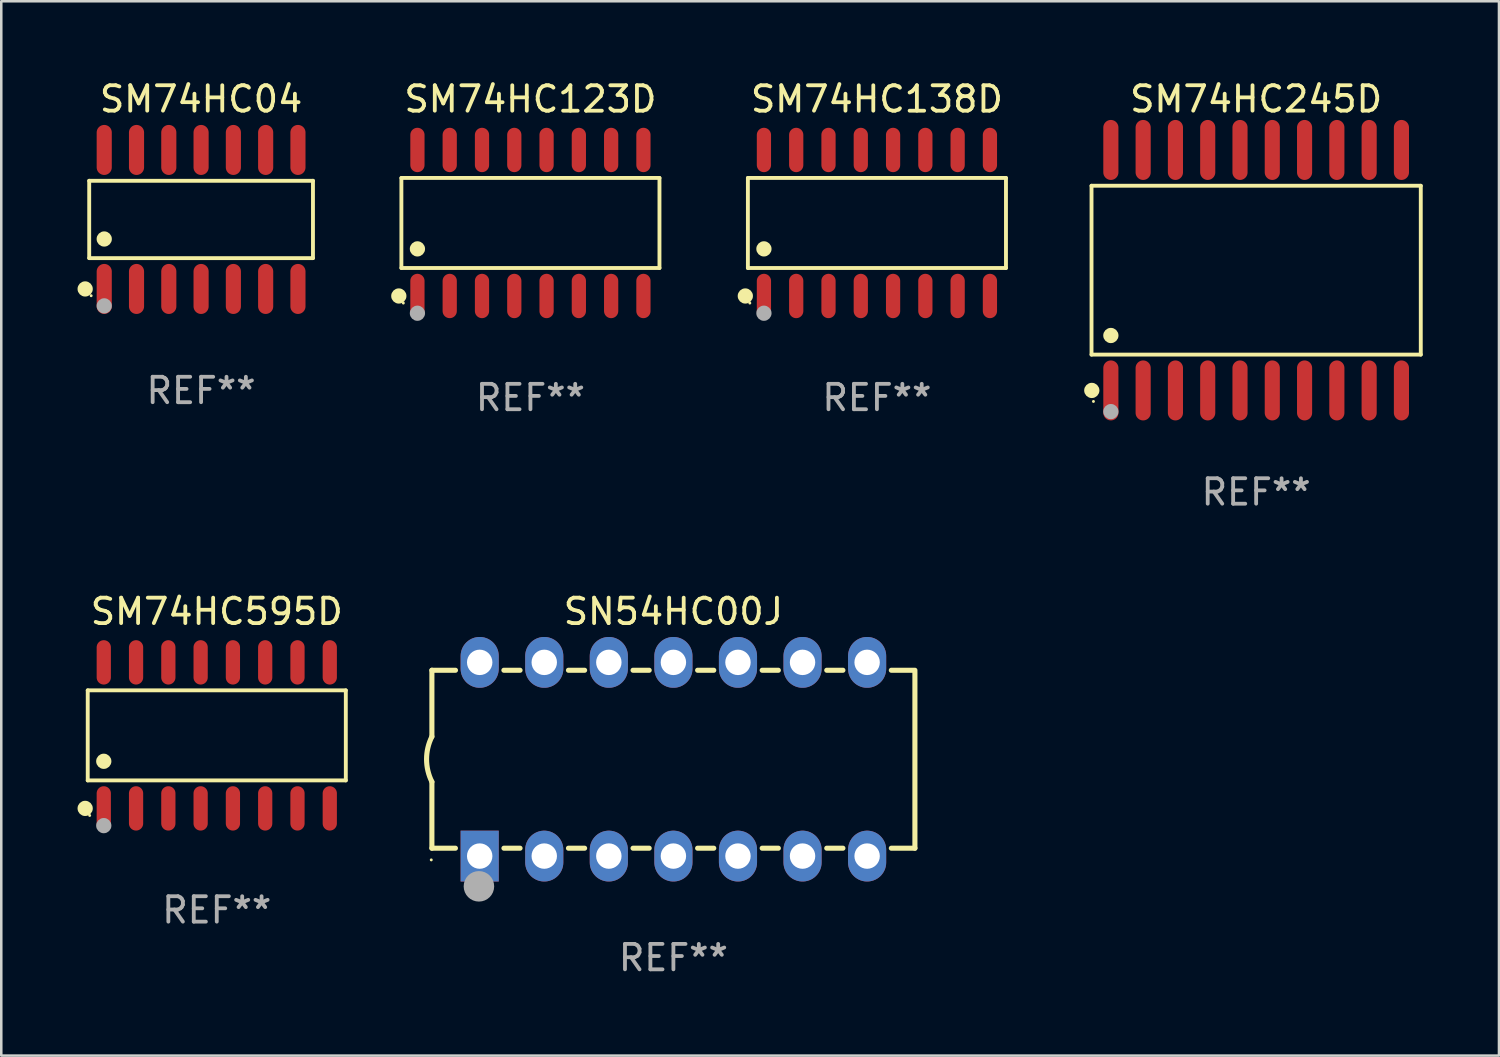
<source format=kicad_pcb>
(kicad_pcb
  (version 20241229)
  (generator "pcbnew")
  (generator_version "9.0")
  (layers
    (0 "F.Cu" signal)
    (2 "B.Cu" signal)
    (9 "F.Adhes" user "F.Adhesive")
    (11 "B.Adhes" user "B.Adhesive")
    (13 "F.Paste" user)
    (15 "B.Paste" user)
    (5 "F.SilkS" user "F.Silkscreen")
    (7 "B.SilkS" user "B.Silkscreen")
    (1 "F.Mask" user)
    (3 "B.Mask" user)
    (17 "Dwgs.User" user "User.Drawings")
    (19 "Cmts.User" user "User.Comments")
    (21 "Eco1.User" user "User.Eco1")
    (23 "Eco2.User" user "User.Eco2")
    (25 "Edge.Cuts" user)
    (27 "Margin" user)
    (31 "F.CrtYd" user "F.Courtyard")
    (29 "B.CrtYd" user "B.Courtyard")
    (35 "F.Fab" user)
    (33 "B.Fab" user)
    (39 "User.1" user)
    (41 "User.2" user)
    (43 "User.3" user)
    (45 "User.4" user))
  (footprint "SM74HC123D"
    (layer "F.Cu")
    (at 17.815 5.721)
    (property "Reference" "SM74HC123D" (at 0 -4.872 0) (layer "F.SilkS") (effects (font (size 1 1) (thickness 0.15))))
    (attr through_hole)
    (fp_line (start -5.076 -1.771) (end 5.076 -1.771) (stroke (width 0.152) (type solid)) (layer "F.SilkS"))
    (fp_line (start -5.076 1.771) (end -5.076 -1.771) (stroke (width 0.152) (type solid)) (layer "F.SilkS"))
    (fp_line (start 5.076 -1.771) (end 5.076 1.771) (stroke (width 0.152) (type solid)) (layer "F.SilkS"))
    (fp_line (start 5.076 1.771) (end -5.076 1.771) (stroke (width 0.152) (type solid)) (layer "F.SilkS"))
    (fp_circle (center -5.177 2.872) (end -5.027 2.872) (stroke (width 0.3) (type solid)) (fill no) (layer "F.SilkS"))
    (fp_circle (center -5 3.15) (end -4.97 3.15) (stroke (width 0.06) (type solid)) (fill no) (layer "F.SilkS"))
    (fp_circle (center -4.445 1.019) (end -4.295 1.019) (stroke (width 0.3) (type solid)) (fill no) (layer "F.SilkS"))
    (fp_circle (center -4.445 3.55) (end -4.295 3.55) (stroke (width 0.3) (type solid)) (fill no) (layer "F.Fab"))
    (fp_text user "REF**" (at 0 6.872 0) (layer "F.Fab") (effects (font (size 1 1) (thickness 0.15))))
    (pad "1" smd oval (at -4.445 2.872) (size 0.56 1.745) (layers "F.Cu" "F.Mask" "F.Paste"))
    (pad "2" smd oval (at -3.175 2.872) (size 0.56 1.745) (layers "F.Cu" "F.Mask" "F.Paste"))
    (pad "3" smd oval (at -1.905 2.872) (size 0.56 1.745) (layers "F.Cu" "F.Mask" "F.Paste"))
    (pad "4" smd oval (at -0.635 2.872) (size 0.56 1.745) (layers "F.Cu" "F.Mask" "F.Paste"))
    (pad "5" smd oval (at 0.635 2.872) (size 0.56 1.745) (layers "F.Cu" "F.Mask" "F.Paste"))
    (pad "6" smd oval (at 1.905 2.872) (size 0.56 1.745) (layers "F.Cu" "F.Mask" "F.Paste"))
    (pad "7" smd oval (at 3.175 2.872) (size 0.56 1.745) (layers "F.Cu" "F.Mask" "F.Paste"))
    (pad "8" smd oval (at 4.445 2.872) (size 0.56 1.745) (layers "F.Cu" "F.Mask" "F.Paste"))
    (pad "9" smd oval (at 4.445 -2.872) (size 0.56 1.745) (layers "F.Cu" "F.Mask" "F.Paste"))
    (pad "10" smd oval (at 3.175 -2.872) (size 0.56 1.745) (layers "F.Cu" "F.Mask" "F.Paste"))
    (pad "11" smd oval (at 1.905 -2.872) (size 0.56 1.745) (layers "F.Cu" "F.Mask" "F.Paste"))
    (pad "12" smd oval (at 0.635 -2.872) (size 0.56 1.745) (layers "F.Cu" "F.Mask" "F.Paste"))
    (pad "13" smd oval (at -0.635 -2.872) (size 0.56 1.745) (layers "F.Cu" "F.Mask" "F.Paste"))
    (pad "14" smd oval (at -1.905 -2.872) (size 0.56 1.745) (layers "F.Cu" "F.Mask" "F.Paste"))
    (pad "15" smd oval (at -3.175 -2.872) (size 0.56 1.745) (layers "F.Cu" "F.Mask" "F.Paste"))
    (pad "16" smd oval (at -4.445 -2.872) (size 0.56 1.745) (layers "F.Cu" "F.Mask" "F.Paste")))
  (footprint "SM74HC04"
    (layer "F.Cu")
    (at 4.86 5.582)
    (property "Reference" "SM74HC04" (at 0 -4.734 0) (layer "F.SilkS") (effects (font (size 1 1) (thickness 0.15))))
    (attr through_hole)
    (fp_line (start -4.401 -1.521) (end 4.401 -1.521) (stroke (width 0.152) (type solid)) (layer "F.SilkS"))
    (fp_line (start -4.401 1.521) (end -4.401 -1.521) (stroke (width 0.152) (type solid)) (layer "F.SilkS"))
    (fp_line (start 4.401 -1.521) (end 4.401 1.521) (stroke (width 0.152) (type solid)) (layer "F.SilkS"))
    (fp_line (start 4.401 1.521) (end -4.401 1.521) (stroke (width 0.152) (type solid)) (layer "F.SilkS"))
    (fp_circle (center -4.56 2.734) (end -4.41 2.734) (stroke (width 0.3) (type solid)) (fill no) (layer "F.SilkS"))
    (fp_circle (center -4.325 3) (end -4.295 3) (stroke (width 0.06) (type solid)) (fill no) (layer "F.SilkS"))
    (fp_circle (center -3.81 0.769) (end -3.66 0.769) (stroke (width 0.3) (type solid)) (fill no) (layer "F.SilkS"))
    (fp_circle (center -3.81 3.4) (end -3.66 3.4) (stroke (width 0.3) (type solid)) (fill no) (layer "F.Fab"))
    (fp_text user "REF**" (at 0 6.734 0) (layer "F.Fab") (effects (font (size 1 1) (thickness 0.15))))
    (pad "1" smd oval (at -3.81 2.734) (size 0.595 1.968) (layers "F.Cu" "F.Mask" "F.Paste"))
    (pad "2" smd oval (at -2.54 2.734) (size 0.595 1.968) (layers "F.Cu" "F.Mask" "F.Paste"))
    (pad "3" smd oval (at -1.27 2.734) (size 0.595 1.968) (layers "F.Cu" "F.Mask" "F.Paste"))
    (pad "4" smd oval (at 0 2.734) (size 0.595 1.968) (layers "F.Cu" "F.Mask" "F.Paste"))
    (pad "5" smd oval (at 1.27 2.734) (size 0.595 1.968) (layers "F.Cu" "F.Mask" "F.Paste"))
    (pad "6" smd oval (at 2.54 2.734) (size 0.595 1.968) (layers "F.Cu" "F.Mask" "F.Paste"))
    (pad "7" smd oval (at 3.81 2.734) (size 0.595 1.968) (layers "F.Cu" "F.Mask" "F.Paste"))
    (pad "8" smd oval (at 3.81 -2.734) (size 0.595 1.968) (layers "F.Cu" "F.Mask" "F.Paste"))
    (pad "9" smd oval (at 2.54 -2.734) (size 0.595 1.968) (layers "F.Cu" "F.Mask" "F.Paste"))
    (pad "10" smd oval (at 1.27 -2.734) (size 0.595 1.968) (layers "F.Cu" "F.Mask" "F.Paste"))
    (pad "11" smd oval (at 0 -2.734) (size 0.595 1.968) (layers "F.Cu" "F.Mask" "F.Paste"))
    (pad "12" smd oval (at -1.27 -2.734) (size 0.595 1.968) (layers "F.Cu" "F.Mask" "F.Paste"))
    (pad "13" smd oval (at -2.54 -2.734) (size 0.595 1.968) (layers "F.Cu" "F.Mask" "F.Paste"))
    (pad "14" smd oval (at -3.81 -2.734) (size 0.595 1.968) (layers "F.Cu" "F.Mask" "F.Paste")))
  (footprint "SM74HC138D"
    (layer "F.Cu")
    (at 31.445 5.721)
    (property "Reference" "SM74HC138D" (at 0 -4.872 0) (layer "F.SilkS") (effects (font (size 1 1) (thickness 0.15))))
    (attr through_hole)
    (fp_line (start -5.076 -1.771) (end 5.076 -1.771) (stroke (width 0.152) (type solid)) (layer "F.SilkS"))
    (fp_line (start -5.076 1.771) (end -5.076 -1.771) (stroke (width 0.152) (type solid)) (layer "F.SilkS"))
    (fp_line (start 5.076 -1.771) (end 5.076 1.771) (stroke (width 0.152) (type solid)) (layer "F.SilkS"))
    (fp_line (start 5.076 1.771) (end -5.076 1.771) (stroke (width 0.152) (type solid)) (layer "F.SilkS"))
    (fp_circle (center -5.177 2.872) (end -5.027 2.872) (stroke (width 0.3) (type solid)) (fill no) (layer "F.SilkS"))
    (fp_circle (center -5 3.15) (end -4.97 3.15) (stroke (width 0.06) (type solid)) (fill no) (layer "F.SilkS"))
    (fp_circle (center -4.445 1.019) (end -4.295 1.019) (stroke (width 0.3) (type solid)) (fill no) (layer "F.SilkS"))
    (fp_circle (center -4.445 3.55) (end -4.295 3.55) (stroke (width 0.3) (type solid)) (fill no) (layer "F.Fab"))
    (fp_text user "REF**" (at 0 6.872 0) (layer "F.Fab") (effects (font (size 1 1) (thickness 0.15))))
    (pad "1" smd oval (at -4.445 2.872) (size 0.56 1.745) (layers "F.Cu" "F.Mask" "F.Paste"))
    (pad "2" smd oval (at -3.175 2.872) (size 0.56 1.745) (layers "F.Cu" "F.Mask" "F.Paste"))
    (pad "3" smd oval (at -1.905 2.872) (size 0.56 1.745) (layers "F.Cu" "F.Mask" "F.Paste"))
    (pad "4" smd oval (at -0.635 2.872) (size 0.56 1.745) (layers "F.Cu" "F.Mask" "F.Paste"))
    (pad "5" smd oval (at 0.635 2.872) (size 0.56 1.745) (layers "F.Cu" "F.Mask" "F.Paste"))
    (pad "6" smd oval (at 1.905 2.872) (size 0.56 1.745) (layers "F.Cu" "F.Mask" "F.Paste"))
    (pad "7" smd oval (at 3.175 2.872) (size 0.56 1.745) (layers "F.Cu" "F.Mask" "F.Paste"))
    (pad "8" smd oval (at 4.445 2.872) (size 0.56 1.745) (layers "F.Cu" "F.Mask" "F.Paste"))
    (pad "9" smd oval (at 4.445 -2.872) (size 0.56 1.745) (layers "F.Cu" "F.Mask" "F.Paste"))
    (pad "10" smd oval (at 3.175 -2.872) (size 0.56 1.745) (layers "F.Cu" "F.Mask" "F.Paste"))
    (pad "11" smd oval (at 1.905 -2.872) (size 0.56 1.745) (layers "F.Cu" "F.Mask" "F.Paste"))
    (pad "12" smd oval (at 0.635 -2.872) (size 0.56 1.745) (layers "F.Cu" "F.Mask" "F.Paste"))
    (pad "13" smd oval (at -0.635 -2.872) (size 0.56 1.745) (layers "F.Cu" "F.Mask" "F.Paste"))
    (pad "14" smd oval (at -1.905 -2.872) (size 0.56 1.745) (layers "F.Cu" "F.Mask" "F.Paste"))
    (pad "15" smd oval (at -3.175 -2.872) (size 0.56 1.745) (layers "F.Cu" "F.Mask" "F.Paste"))
    (pad "16" smd oval (at -4.445 -2.872) (size 0.56 1.745) (layers "F.Cu" "F.Mask" "F.Paste")))
  (footprint "SM74HC245D"
    (layer "F.Cu")
    (at 46.362 7.578)
    (property "Reference" "SM74HC245D" (at 0 -6.73 0) (layer "F.SilkS") (effects (font (size 1 1) (thickness 0.15))))
    (attr through_hole)
    (fp_line (start -6.476 -3.321) (end 6.476 -3.321) (stroke (width 0.152) (type solid)) (layer "F.SilkS"))
    (fp_line (start -6.476 3.321) (end -6.476 -3.321) (stroke (width 0.152) (type solid)) (layer "F.SilkS"))
    (fp_line (start 6.476 -3.321) (end 6.476 3.321) (stroke (width 0.152) (type solid)) (layer "F.SilkS"))
    (fp_line (start 6.476 3.321) (end -6.476 3.321) (stroke (width 0.152) (type solid)) (layer "F.SilkS"))
    (fp_circle (center -6.465 4.73) (end -6.315 4.73) (stroke (width 0.3) (type solid)) (fill no) (layer "F.SilkS"))
    (fp_circle (center -6.4 5.163) (end -6.37 5.163) (stroke (width 0.06) (type solid)) (fill no) (layer "F.SilkS"))
    (fp_circle (center -5.715 2.569) (end -5.565 2.569) (stroke (width 0.3) (type solid)) (fill no) (layer "F.SilkS"))
    (fp_circle (center -5.715 5.563) (end -5.565 5.563) (stroke (width 0.3) (type solid)) (fill no) (layer "F.Fab"))
    (fp_text user "REF**" (at 0 8.73 0) (layer "F.Fab") (effects (font (size 1 1) (thickness 0.15))))
    (pad "1" smd oval (at -5.715 4.73) (size 0.595 2.36) (layers "F.Cu" "F.Mask" "F.Paste"))
    (pad "2" smd oval (at -4.445 4.73) (size 0.595 2.36) (layers "F.Cu" "F.Mask" "F.Paste"))
    (pad "3" smd oval (at -3.175 4.73) (size 0.595 2.36) (layers "F.Cu" "F.Mask" "F.Paste"))
    (pad "4" smd oval (at -1.905 4.73) (size 0.595 2.36) (layers "F.Cu" "F.Mask" "F.Paste"))
    (pad "5" smd oval (at -0.635 4.73) (size 0.595 2.36) (layers "F.Cu" "F.Mask" "F.Paste"))
    (pad "6" smd oval (at 0.635 4.73) (size 0.595 2.36) (layers "F.Cu" "F.Mask" "F.Paste"))
    (pad "7" smd oval (at 1.905 4.73) (size 0.595 2.36) (layers "F.Cu" "F.Mask" "F.Paste"))
    (pad "8" smd oval (at 3.175 4.73) (size 0.595 2.36) (layers "F.Cu" "F.Mask" "F.Paste"))
    (pad "9" smd oval (at 4.445 4.73) (size 0.595 2.36) (layers "F.Cu" "F.Mask" "F.Paste"))
    (pad "10" smd oval (at 5.715 4.73) (size 0.595 2.36) (layers "F.Cu" "F.Mask" "F.Paste"))
    (pad "11" smd oval (at 5.715 -4.73) (size 0.595 2.36) (layers "F.Cu" "F.Mask" "F.Paste"))
    (pad "12" smd oval (at 4.445 -4.73) (size 0.595 2.36) (layers "F.Cu" "F.Mask" "F.Paste"))
    (pad "13" smd oval (at 3.175 -4.73) (size 0.595 2.36) (layers "F.Cu" "F.Mask" "F.Paste"))
    (pad "14" smd oval (at 1.905 -4.73) (size 0.595 2.36) (layers "F.Cu" "F.Mask" "F.Paste"))
    (pad "15" smd oval (at 0.635 -4.73) (size 0.595 2.36) (layers "F.Cu" "F.Mask" "F.Paste"))
    (pad "16" smd oval (at -0.635 -4.73) (size 0.595 2.36) (layers "F.Cu" "F.Mask" "F.Paste"))
    (pad "17" smd oval (at -1.905 -4.73) (size 0.595 2.36) (layers "F.Cu" "F.Mask" "F.Paste"))
    (pad "18" smd oval (at -3.175 -4.73) (size 0.595 2.36) (layers "F.Cu" "F.Mask" "F.Paste"))
    (pad "19" smd oval (at -4.445 -4.73) (size 0.595 2.36) (layers "F.Cu" "F.Mask" "F.Paste"))
    (pad "20" smd oval (at -5.715 -4.73) (size 0.595 2.36) (layers "F.Cu" "F.Mask" "F.Paste")))
  (footprint "SM74HC595D"
    (layer "F.Cu")
    (at 5.477 25.877)
    (property "Reference" "SM74HC595D" (at 0 -4.872 0) (layer "F.SilkS") (effects (font (size 1 1) (thickness 0.15))))
    (attr through_hole)
    (fp_line (start -5.076 -1.771) (end 5.076 -1.771) (stroke (width 0.152) (type solid)) (layer "F.SilkS"))
    (fp_line (start -5.076 1.771) (end -5.076 -1.771) (stroke (width 0.152) (type solid)) (layer "F.SilkS"))
    (fp_line (start 5.076 -1.771) (end 5.076 1.771) (stroke (width 0.152) (type solid)) (layer "F.SilkS"))
    (fp_line (start 5.076 1.771) (end -5.076 1.771) (stroke (width 0.152) (type solid)) (layer "F.SilkS"))
    (fp_circle (center -5.177 2.872) (end -5.027 2.872) (stroke (width 0.3) (type solid)) (fill no) (layer "F.SilkS"))
    (fp_circle (center -5 3.15) (end -4.97 3.15) (stroke (width 0.06) (type solid)) (fill no) (layer "F.SilkS"))
    (fp_circle (center -4.445 1.019) (end -4.295 1.019) (stroke (width 0.3) (type solid)) (fill no) (layer "F.SilkS"))
    (fp_circle (center -4.445 3.55) (end -4.295 3.55) (stroke (width 0.3) (type solid)) (fill no) (layer "F.Fab"))
    (fp_text user "REF**" (at 0 6.872 0) (layer "F.Fab") (effects (font (size 1 1) (thickness 0.15))))
    (pad "1" smd oval (at -4.445 2.872) (size 0.56 1.745) (layers "F.Cu" "F.Mask" "F.Paste"))
    (pad "2" smd oval (at -3.175 2.872) (size 0.56 1.745) (layers "F.Cu" "F.Mask" "F.Paste"))
    (pad "3" smd oval (at -1.905 2.872) (size 0.56 1.745) (layers "F.Cu" "F.Mask" "F.Paste"))
    (pad "4" smd oval (at -0.635 2.872) (size 0.56 1.745) (layers "F.Cu" "F.Mask" "F.Paste"))
    (pad "5" smd oval (at 0.635 2.872) (size 0.56 1.745) (layers "F.Cu" "F.Mask" "F.Paste"))
    (pad "6" smd oval (at 1.905 2.872) (size 0.56 1.745) (layers "F.Cu" "F.Mask" "F.Paste"))
    (pad "7" smd oval (at 3.175 2.872) (size 0.56 1.745) (layers "F.Cu" "F.Mask" "F.Paste"))
    (pad "8" smd oval (at 4.445 2.872) (size 0.56 1.745) (layers "F.Cu" "F.Mask" "F.Paste"))
    (pad "9" smd oval (at 4.445 -2.872) (size 0.56 1.745) (layers "F.Cu" "F.Mask" "F.Paste"))
    (pad "10" smd oval (at 3.175 -2.872) (size 0.56 1.745) (layers "F.Cu" "F.Mask" "F.Paste"))
    (pad "11" smd oval (at 1.905 -2.872) (size 0.56 1.745) (layers "F.Cu" "F.Mask" "F.Paste"))
    (pad "12" smd oval (at 0.635 -2.872) (size 0.56 1.745) (layers "F.Cu" "F.Mask" "F.Paste"))
    (pad "13" smd oval (at -0.635 -2.872) (size 0.56 1.745) (layers "F.Cu" "F.Mask" "F.Paste"))
    (pad "14" smd oval (at -1.905 -2.872) (size 0.56 1.745) (layers "F.Cu" "F.Mask" "F.Paste"))
    (pad "15" smd oval (at -3.175 -2.872) (size 0.56 1.745) (layers "F.Cu" "F.Mask" "F.Paste"))
    (pad "16" smd oval (at -4.445 -2.872) (size 0.56 1.745) (layers "F.Cu" "F.Mask" "F.Paste")))
  (footprint "SN54HC00J"
    (layer "F.Cu")
    (at 23.439 26.815)
    (property "Reference" "SN54HC00J" (at 0 -5.81 0) (layer "F.SilkS") (effects (font (size 1 1) (thickness 0.15))))
    (attr through_hole)
    (fp_line (start -9.5 -3.5) (end -9.5 -0.889) (stroke (width 0.2) (type solid)) (layer "F.SilkS"))
    (fp_line (start -9.5 -3.5) (end -8.572 -3.5) (stroke (width 0.2) (type solid)) (layer "F.SilkS"))
    (fp_line (start -9.5 3.5) (end -9.5 0.889) (stroke (width 0.2) (type solid)) (layer "F.SilkS"))
    (fp_line (start -9.5 3.5) (end -8.574 3.5) (stroke (width 0.2) (type solid)) (layer "F.SilkS"))
    (fp_line (start -6.668 -3.5) (end -6.032 -3.5) (stroke (width 0.2) (type solid)) (layer "F.SilkS"))
    (fp_line (start -6.666 3.5) (end -6.032 3.5) (stroke (width 0.2) (type solid)) (layer "F.SilkS"))
    (fp_line (start -4.128 -3.5) (end -3.492 -3.5) (stroke (width 0.2) (type solid)) (layer "F.SilkS"))
    (fp_line (start -4.128 3.5) (end -3.492 3.5) (stroke (width 0.2) (type solid)) (layer "F.SilkS"))
    (fp_line (start -1.588 -3.5) (end -0.952 -3.5) (stroke (width 0.2) (type solid)) (layer "F.SilkS"))
    (fp_line (start -1.588 3.5) (end -0.952 3.5) (stroke (width 0.2) (type solid)) (layer "F.SilkS"))
    (fp_line (start 0.952 -3.5) (end 1.588 -3.5) (stroke (width 0.2) (type solid)) (layer "F.SilkS"))
    (fp_line (start 0.952 3.5) (end 1.588 3.5) (stroke (width 0.2) (type solid)) (layer "F.SilkS"))
    (fp_line (start 3.492 -3.5) (end 4.128 -3.5) (stroke (width 0.2) (type solid)) (layer "F.SilkS"))
    (fp_line (start 3.492 3.5) (end 4.128 3.5) (stroke (width 0.2) (type solid)) (layer "F.SilkS"))
    (fp_line (start 6.032 -3.5) (end 6.668 -3.5) (stroke (width 0.2) (type solid)) (layer "F.SilkS"))
    (fp_line (start 6.032 3.5) (end 6.668 3.5) (stroke (width 0.2) (type solid)) (layer "F.SilkS"))
    (fp_line (start 8.572 -3.5) (end 9.5 -3.5) (stroke (width 0.2) (type solid)) (layer "F.SilkS"))
    (fp_line (start 8.572 3.5) (end 9.5 3.5) (stroke (width 0.2) (type solid)) (layer "F.SilkS"))
    (fp_line (start 9.5 3.5) (end 9.5 -3.429) (stroke (width 0.2) (type solid)) (layer "F.SilkS"))
    (fp_arc (start -9.499619 0.889001) (mid -9.709623 0.000047) (end -9.500025 -0.889002) (stroke (width 0.2) (type solid)) (layer "F.SilkS"))
    (fp_circle (center -9.525 3.96) (end -9.495 3.96) (stroke (width 0.06) (type solid)) (fill no) (layer "F.SilkS"))
    (fp_circle (center -7.65 5) (end -7.35 5) (stroke (width 0.6) (type solid)) (fill no) (layer "F.Fab"))
    (fp_text user "REF**" (at 0 7.81 0) (layer "F.Fab") (effects (font (size 1 1) (thickness 0.15))))
    (pad "1" thru_hole rect (at -7.62 3.81 90) (size 2 1.5) (drill 1) (layers "*.Cu" "*.Mask"))
    (pad "2" thru_hole oval (at -5.08 3.81 90) (size 2 1.5) (drill 1) (layers "*.Cu" "*.Mask"))
    (pad "3" thru_hole oval (at -2.54 3.81 90) (size 2 1.5) (drill 1) (layers "*.Cu" "*.Mask"))
    (pad "4" thru_hole oval (at 0 3.81 90) (size 2 1.5) (drill 1) (layers "*.Cu" "*.Mask"))
    (pad "5" thru_hole oval (at 2.54 3.81 90) (size 2 1.5) (drill 1) (layers "*.Cu" "*.Mask"))
    (pad "6" thru_hole oval (at 5.08 3.81 90) (size 2 1.5) (drill 1) (layers "*.Cu" "*.Mask"))
    (pad "7" thru_hole oval (at 7.62 3.81 90) (size 2 1.5) (drill 1) (layers "*.Cu" "*.Mask"))
    (pad "8" thru_hole oval (at 7.62 -3.81 90) (size 2 1.5) (drill 1) (layers "*.Cu" "*.Mask"))
    (pad "9" thru_hole oval (at 5.08 -3.81 90) (size 2 1.5) (drill 1) (layers "*.Cu" "*.Mask"))
    (pad "10" thru_hole oval (at 2.54 -3.81 90) (size 2 1.5) (drill 1) (layers "*.Cu" "*.Mask"))
    (pad "11" thru_hole oval (at 0 -3.81 90) (size 2 1.5) (drill 1) (layers "*.Cu" "*.Mask"))
    (pad "12" thru_hole oval (at -2.54 -3.81 90) (size 2 1.5) (drill 1) (layers "*.Cu" "*.Mask"))
    (pad "13" thru_hole oval (at -5.08 -3.81 90) (size 2 1.5) (drill 1) (layers "*.Cu" "*.Mask"))
    (pad "14" thru_hole oval (at -7.62 -3.81 90) (size 2 1.5) (drill 1) (layers "*.Cu" "*.Mask")))
  (gr_rect
    (start -3 -3)
    (end 55.914 38.473)
    (stroke (width 0.1) (type default))
    (fill no)
    (layer "Edge.Cuts")))
</source>
